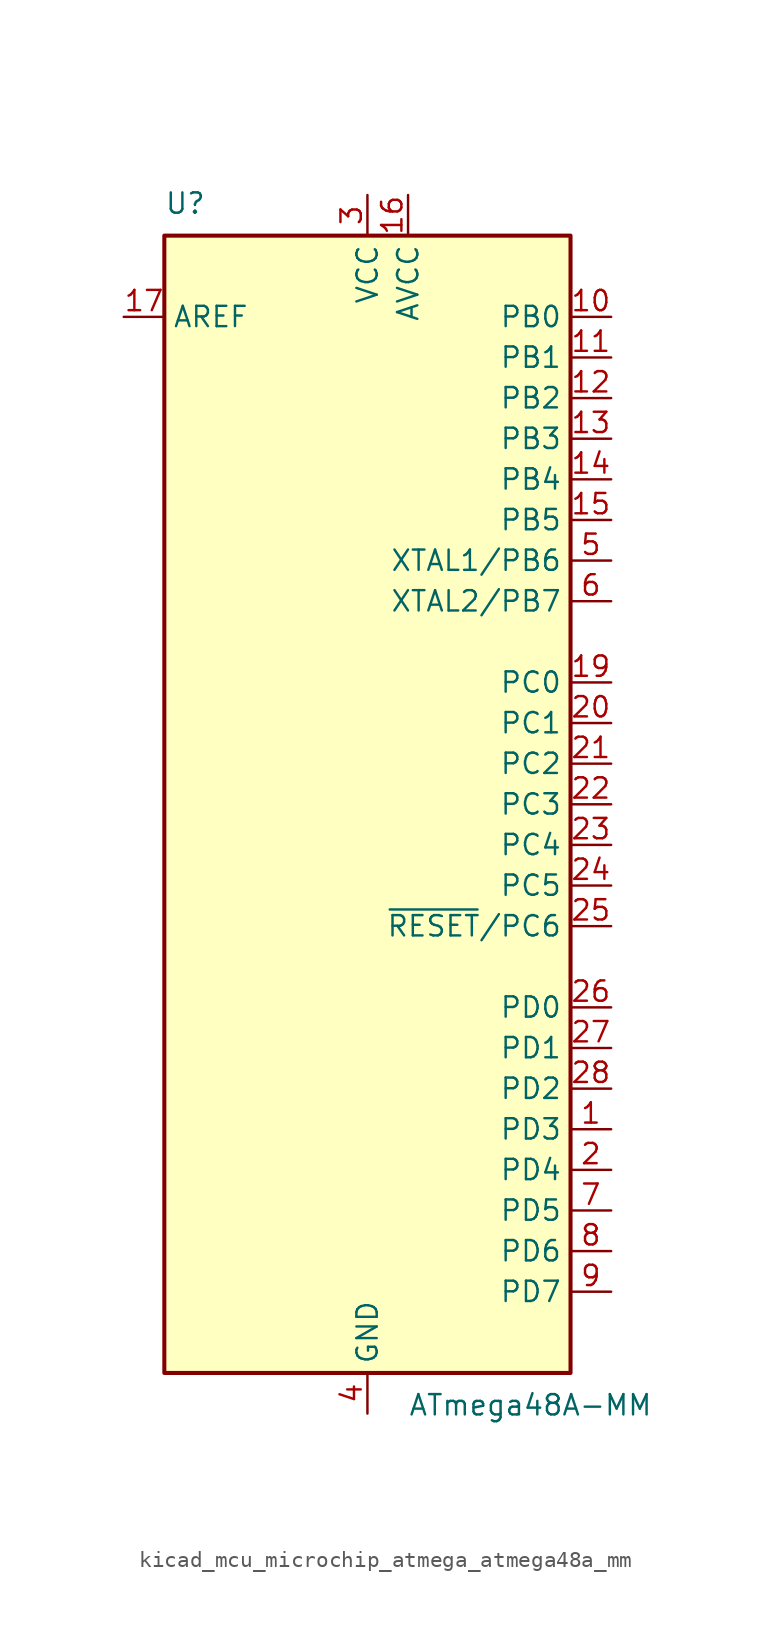
<source format=kicad_sym>
(kicad_symbol_lib
  (version 20220914)
  (generator kicad_symbol_editor)
  (symbol "kicad_mcu_microchip_atmega_atmega48a_mm"
    (property "Reference" "U"
      (at -12.7 36.83 0)
      (effects (font (size 1.27 1.27)) (justify left bottom)))
    (property "Value" "ATmega48A-MM"
      (at 2.54 -36.83 0)
      (effects (font (size 1.27 1.27)) (justify left top)))
    (symbol "kicad_mcu_microchip_atmega_atmega48a_mm_0_1"
      (rectangle (start -12.7 -35.56) (end 12.7 35.56) (stroke (width 0.254) (type default)) (fill (type background))))
    (symbol "kicad_mcu_microchip_atmega_atmega48a_mm_1_1"
      (pin bidirectional line (at 15.24 -20.32 180) (length 2.54) (name "PD3" (effects (font (size 1.27 1.27)))) (number "1" (effects (font (size 1.27 1.27)))))
      (pin bidirectional line (at 15.24 30.48 180) (length 2.54) (name "PB0" (effects (font (size 1.27 1.27)))) (number "10" (effects (font (size 1.27 1.27)))))
      (pin bidirectional line (at 15.24 27.94 180) (length 2.54) (name "PB1" (effects (font (size 1.27 1.27)))) (number "11" (effects (font (size 1.27 1.27)))))
      (pin bidirectional line (at 15.24 25.4 180) (length 2.54) (name "PB2" (effects (font (size 1.27 1.27)))) (number "12" (effects (font (size 1.27 1.27)))))
      (pin bidirectional line (at 15.24 22.86 180) (length 2.54) (name "PB3" (effects (font (size 1.27 1.27)))) (number "13" (effects (font (size 1.27 1.27)))))
      (pin bidirectional line (at 15.24 20.32 180) (length 2.54) (name "PB4" (effects (font (size 1.27 1.27)))) (number "14" (effects (font (size 1.27 1.27)))))
      (pin bidirectional line (at 15.24 17.78 180) (length 2.54) (name "PB5" (effects (font (size 1.27 1.27)))) (number "15" (effects (font (size 1.27 1.27)))))
      (pin power_in line (at 2.54 38.1 270) (length 2.54) (name "AVCC" (effects (font (size 1.27 1.27)))) (number "16" (effects (font (size 1.27 1.27)))))
      (pin passive line (at -15.24 30.48 0) (length 2.54) (name "AREF" (effects (font (size 1.27 1.27)))) (number "17" (effects (font (size 1.27 1.27)))))
      (pin passive line (at 0 -38.1 90) (length 2.54) hide (name "GND" (effects (font (size 1.27 1.27)))) (number "18" (effects (font (size 1.27 1.27)))))
      (pin bidirectional line (at 15.24 7.62 180) (length 2.54) (name "PC0" (effects (font (size 1.27 1.27)))) (number "19" (effects (font (size 1.27 1.27)))))
      (pin bidirectional line (at 15.24 -22.86 180) (length 2.54) (name "PD4" (effects (font (size 1.27 1.27)))) (number "2" (effects (font (size 1.27 1.27)))))
      (pin bidirectional line (at 15.24 5.08 180) (length 2.54) (name "PC1" (effects (font (size 1.27 1.27)))) (number "20" (effects (font (size 1.27 1.27)))))
      (pin bidirectional line (at 15.24 2.54 180) (length 2.54) (name "PC2" (effects (font (size 1.27 1.27)))) (number "21" (effects (font (size 1.27 1.27)))))
      (pin bidirectional line (at 15.24 0 180) (length 2.54) (name "PC3" (effects (font (size 1.27 1.27)))) (number "22" (effects (font (size 1.27 1.27)))))
      (pin bidirectional line (at 15.24 -2.54 180) (length 2.54) (name "PC4" (effects (font (size 1.27 1.27)))) (number "23" (effects (font (size 1.27 1.27)))))
      (pin bidirectional line (at 15.24 -5.08 180) (length 2.54) (name "PC5" (effects (font (size 1.27 1.27)))) (number "24" (effects (font (size 1.27 1.27)))))
      (pin bidirectional line (at 15.24 -7.62 180) (length 2.54) (name "~{RESET}/PC6" (effects (font (size 1.27 1.27)))) (number "25" (effects (font (size 1.27 1.27)))))
      (pin bidirectional line (at 15.24 -12.7 180) (length 2.54) (name "PD0" (effects (font (size 1.27 1.27)))) (number "26" (effects (font (size 1.27 1.27)))))
      (pin bidirectional line (at 15.24 -15.24 180) (length 2.54) (name "PD1" (effects (font (size 1.27 1.27)))) (number "27" (effects (font (size 1.27 1.27)))))
      (pin bidirectional line (at 15.24 -17.78 180) (length 2.54) (name "PD2" (effects (font (size 1.27 1.27)))) (number "28" (effects (font (size 1.27 1.27)))))
      (pin passive line (at 0 -38.1 90) (length 2.54) hide (name "GND" (effects (font (size 1.27 1.27)))) (number "29" (effects (font (size 1.27 1.27)))))
      (pin power_in line (at 0 38.1 270) (length 2.54) (name "VCC" (effects (font (size 1.27 1.27)))) (number "3" (effects (font (size 1.27 1.27)))))
      (pin power_in line (at 0 -38.1 90) (length 2.54) (name "GND" (effects (font (size 1.27 1.27)))) (number "4" (effects (font (size 1.27 1.27)))))
      (pin bidirectional line (at 15.24 15.24 180) (length 2.54) (name "XTAL1/PB6" (effects (font (size 1.27 1.27)))) (number "5" (effects (font (size 1.27 1.27)))))
      (pin bidirectional line (at 15.24 12.7 180) (length 2.54) (name "XTAL2/PB7" (effects (font (size 1.27 1.27)))) (number "6" (effects (font (size 1.27 1.27)))))
      (pin bidirectional line (at 15.24 -25.4 180) (length 2.54) (name "PD5" (effects (font (size 1.27 1.27)))) (number "7" (effects (font (size 1.27 1.27)))))
      (pin bidirectional line (at 15.24 -27.94 180) (length 2.54) (name "PD6" (effects (font (size 1.27 1.27)))) (number "8" (effects (font (size 1.27 1.27)))))
      (pin bidirectional line (at 15.24 -30.48 180) (length 2.54) (name "PD7" (effects (font (size 1.27 1.27)))) (number "9" (effects (font (size 1.27 1.27))))))))
</source>
